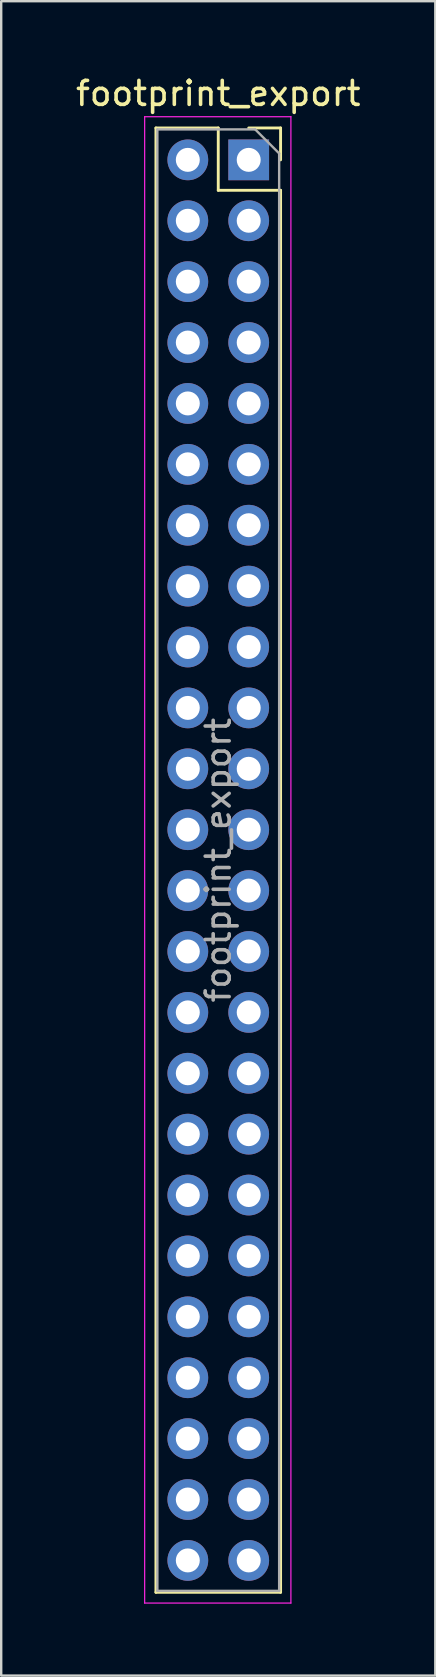
<source format=kicad_pcb>
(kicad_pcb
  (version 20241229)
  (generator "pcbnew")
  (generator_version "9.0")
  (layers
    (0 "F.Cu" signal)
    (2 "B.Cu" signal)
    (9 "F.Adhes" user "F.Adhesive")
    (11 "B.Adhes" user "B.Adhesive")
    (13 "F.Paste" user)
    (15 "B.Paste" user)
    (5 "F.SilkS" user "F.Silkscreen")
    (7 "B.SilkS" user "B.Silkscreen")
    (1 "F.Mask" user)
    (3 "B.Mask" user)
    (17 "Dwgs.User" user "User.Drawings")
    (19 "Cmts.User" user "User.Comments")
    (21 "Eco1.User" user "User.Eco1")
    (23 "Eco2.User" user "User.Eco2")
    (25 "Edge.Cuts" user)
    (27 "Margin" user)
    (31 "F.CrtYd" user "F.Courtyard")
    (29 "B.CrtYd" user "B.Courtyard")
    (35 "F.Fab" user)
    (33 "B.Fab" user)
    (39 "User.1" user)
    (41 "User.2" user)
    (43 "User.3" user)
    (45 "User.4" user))
  (footprint "footprint_export"
    (layer "F.Cu")
    (at 7.324 3.618)
    (property "Reference" "footprint_export" (at -1.27 -2.77 0) (layer "F.SilkS") (effects (font (size 1 1) (thickness 0.15))))
    (attr through_hole)
    (fp_line (start -3.87 -1.33) (end -3.87 59.75) (stroke (width 0.12) (type solid)) (layer "F.SilkS"))
    (fp_line (start -3.87 -1.33) (end -1.27 -1.33) (stroke (width 0.12) (type solid)) (layer "F.SilkS"))
    (fp_line (start -3.87 59.75) (end 1.33 59.75) (stroke (width 0.12) (type solid)) (layer "F.SilkS"))
    (fp_line (start -1.27 -1.33) (end -1.27 1.27) (stroke (width 0.12) (type solid)) (layer "F.SilkS"))
    (fp_line (start -1.27 1.27) (end 1.33 1.27) (stroke (width 0.12) (type solid)) (layer "F.SilkS"))
    (fp_line (start 0 -1.33) (end 1.33 -1.33) (stroke (width 0.12) (type solid)) (layer "F.SilkS"))
    (fp_line (start 1.33 -1.33) (end 1.33 0) (stroke (width 0.12) (type solid)) (layer "F.SilkS"))
    (fp_line (start 1.33 1.27) (end 1.33 59.75) (stroke (width 0.12) (type solid)) (layer "F.SilkS"))
    (fp_line (start -4.34 -1.8) (end 1.76 -1.8) (stroke (width 0.05) (type solid)) (layer "F.CrtYd"))
    (fp_line (start -4.34 60.2) (end -4.34 -1.8) (stroke (width 0.05) (type solid)) (layer "F.CrtYd"))
    (fp_line (start 1.76 -1.8) (end 1.76 60.2) (stroke (width 0.05) (type solid)) (layer "F.CrtYd"))
    (fp_line (start 1.76 60.2) (end -4.34 60.2) (stroke (width 0.05) (type solid)) (layer "F.CrtYd"))
    (fp_line (start -3.81 -1.27) (end 0.27 -1.27) (stroke (width 0.1) (type solid)) (layer "F.Fab"))
    (fp_line (start -3.81 59.69) (end -3.81 -1.27) (stroke (width 0.1) (type solid)) (layer "F.Fab"))
    (fp_line (start 0.27 -1.27) (end 1.27 -0.27) (stroke (width 0.1) (type solid)) (layer "F.Fab"))
    (fp_line (start 1.27 -0.27) (end 1.27 59.69) (stroke (width 0.1) (type solid)) (layer "F.Fab"))
    (fp_line (start 1.27 59.69) (end -3.81 59.69) (stroke (width 0.1) (type solid)) (layer "F.Fab"))
    (fp_text user "${REFERENCE}" (at -1.27 29.21 90) (layer "F.Fab") (effects (font (size 1 1) (thickness 0.15))))
    (pad "1" thru_hole rect (at 0 0) (size 1.7 1.7) (drill 1) (layers "*.Cu" "*.Mask"))
    (pad "2" thru_hole oval (at -2.54 0) (size 1.7 1.7) (drill 1) (layers "*.Cu" "*.Mask"))
    (pad "3" thru_hole oval (at 0 2.54) (size 1.7 1.7) (drill 1) (layers "*.Cu" "*.Mask"))
    (pad "4" thru_hole oval (at -2.54 2.54) (size 1.7 1.7) (drill 1) (layers "*.Cu" "*.Mask"))
    (pad "5" thru_hole oval (at 0 5.08) (size 1.7 1.7) (drill 1) (layers "*.Cu" "*.Mask"))
    (pad "6" thru_hole oval (at -2.54 5.08) (size 1.7 1.7) (drill 1) (layers "*.Cu" "*.Mask"))
    (pad "7" thru_hole oval (at 0 7.62) (size 1.7 1.7) (drill 1) (layers "*.Cu" "*.Mask"))
    (pad "8" thru_hole oval (at -2.54 7.62) (size 1.7 1.7) (drill 1) (layers "*.Cu" "*.Mask"))
    (pad "9" thru_hole oval (at 0 10.16) (size 1.7 1.7) (drill 1) (layers "*.Cu" "*.Mask"))
    (pad "10" thru_hole oval (at -2.54 10.16) (size 1.7 1.7) (drill 1) (layers "*.Cu" "*.Mask"))
    (pad "11" thru_hole oval (at 0 12.7) (size 1.7 1.7) (drill 1) (layers "*.Cu" "*.Mask"))
    (pad "12" thru_hole oval (at -2.54 12.7) (size 1.7 1.7) (drill 1) (layers "*.Cu" "*.Mask"))
    (pad "13" thru_hole oval (at 0 15.24) (size 1.7 1.7) (drill 1) (layers "*.Cu" "*.Mask"))
    (pad "14" thru_hole oval (at -2.54 15.24) (size 1.7 1.7) (drill 1) (layers "*.Cu" "*.Mask"))
    (pad "15" thru_hole oval (at 0 17.78) (size 1.7 1.7) (drill 1) (layers "*.Cu" "*.Mask"))
    (pad "16" thru_hole oval (at -2.54 17.78) (size 1.7 1.7) (drill 1) (layers "*.Cu" "*.Mask"))
    (pad "17" thru_hole oval (at 0 20.32) (size 1.7 1.7) (drill 1) (layers "*.Cu" "*.Mask"))
    (pad "18" thru_hole oval (at -2.54 20.32) (size 1.7 1.7) (drill 1) (layers "*.Cu" "*.Mask"))
    (pad "19" thru_hole oval (at 0 22.86) (size 1.7 1.7) (drill 1) (layers "*.Cu" "*.Mask"))
    (pad "20" thru_hole oval (at -2.54 22.86) (size 1.7 1.7) (drill 1) (layers "*.Cu" "*.Mask"))
    (pad "21" thru_hole oval (at 0 25.4) (size 1.7 1.7) (drill 1) (layers "*.Cu" "*.Mask"))
    (pad "22" thru_hole oval (at -2.54 25.4) (size 1.7 1.7) (drill 1) (layers "*.Cu" "*.Mask"))
    (pad "23" thru_hole oval (at 0 27.94) (size 1.7 1.7) (drill 1) (layers "*.Cu" "*.Mask"))
    (pad "24" thru_hole oval (at -2.54 27.94) (size 1.7 1.7) (drill 1) (layers "*.Cu" "*.Mask"))
    (pad "25" thru_hole oval (at 0 30.48) (size 1.7 1.7) (drill 1) (layers "*.Cu" "*.Mask"))
    (pad "26" thru_hole oval (at -2.54 30.48) (size 1.7 1.7) (drill 1) (layers "*.Cu" "*.Mask"))
    (pad "27" thru_hole oval (at 0 33.02) (size 1.7 1.7) (drill 1) (layers "*.Cu" "*.Mask"))
    (pad "28" thru_hole oval (at -2.54 33.02) (size 1.7 1.7) (drill 1) (layers "*.Cu" "*.Mask"))
    (pad "29" thru_hole oval (at 0 35.56) (size 1.7 1.7) (drill 1) (layers "*.Cu" "*.Mask"))
    (pad "30" thru_hole oval (at -2.54 35.56) (size 1.7 1.7) (drill 1) (layers "*.Cu" "*.Mask"))
    (pad "31" thru_hole oval (at 0 38.1) (size 1.7 1.7) (drill 1) (layers "*.Cu" "*.Mask"))
    (pad "32" thru_hole oval (at -2.54 38.1) (size 1.7 1.7) (drill 1) (layers "*.Cu" "*.Mask"))
    (pad "33" thru_hole oval (at 0 40.64) (size 1.7 1.7) (drill 1) (layers "*.Cu" "*.Mask"))
    (pad "34" thru_hole oval (at -2.54 40.64) (size 1.7 1.7) (drill 1) (layers "*.Cu" "*.Mask"))
    (pad "35" thru_hole oval (at 0 43.18) (size 1.7 1.7) (drill 1) (layers "*.Cu" "*.Mask"))
    (pad "36" thru_hole oval (at -2.54 43.18) (size 1.7 1.7) (drill 1) (layers "*.Cu" "*.Mask"))
    (pad "37" thru_hole oval (at 0 45.72) (size 1.7 1.7) (drill 1) (layers "*.Cu" "*.Mask"))
    (pad "38" thru_hole oval (at -2.54 45.72) (size 1.7 1.7) (drill 1) (layers "*.Cu" "*.Mask"))
    (pad "39" thru_hole oval (at 0 48.26) (size 1.7 1.7) (drill 1) (layers "*.Cu" "*.Mask"))
    (pad "40" thru_hole oval (at -2.54 48.26) (size 1.7 1.7) (drill 1) (layers "*.Cu" "*.Mask"))
    (pad "41" thru_hole oval (at 0 50.8) (size 1.7 1.7) (drill 1) (layers "*.Cu" "*.Mask"))
    (pad "42" thru_hole oval (at -2.54 50.8) (size 1.7 1.7) (drill 1) (layers "*.Cu" "*.Mask"))
    (pad "43" thru_hole oval (at 0 53.34) (size 1.7 1.7) (drill 1) (layers "*.Cu" "*.Mask"))
    (pad "44" thru_hole oval (at -2.54 53.34) (size 1.7 1.7) (drill 1) (layers "*.Cu" "*.Mask"))
    (pad "45" thru_hole oval (at 0 55.88) (size 1.7 1.7) (drill 1) (layers "*.Cu" "*.Mask"))
    (pad "46" thru_hole oval (at -2.54 55.88) (size 1.7 1.7) (drill 1) (layers "*.Cu" "*.Mask"))
    (pad "47" thru_hole oval (at 0 58.42) (size 1.7 1.7) (drill 1) (layers "*.Cu" "*.Mask"))
    (pad "48" thru_hole oval (at -2.54 58.42) (size 1.7 1.7) (drill 1) (layers "*.Cu" "*.Mask")))
  (gr_rect
    (start -3 -3)
    (end 15.107 66.843)
    (stroke (width 0.1) (type default))
    (fill no)
    (layer "Edge.Cuts")))
</source>
